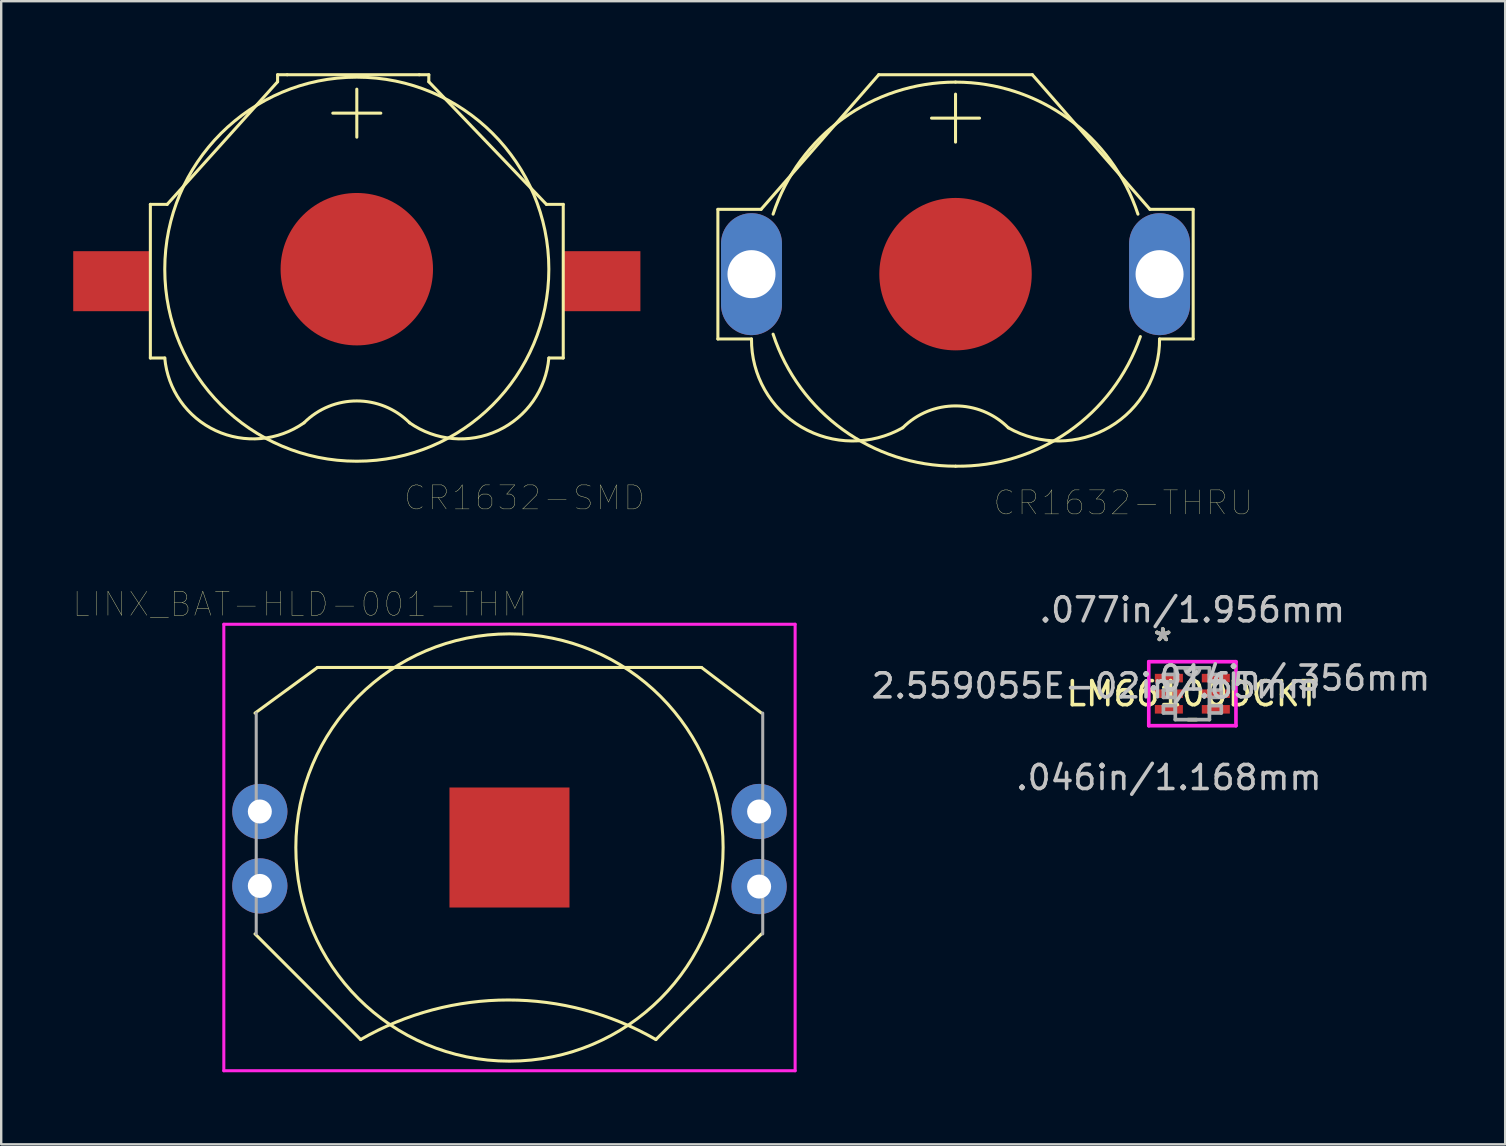
<source format=kicad_pcb>
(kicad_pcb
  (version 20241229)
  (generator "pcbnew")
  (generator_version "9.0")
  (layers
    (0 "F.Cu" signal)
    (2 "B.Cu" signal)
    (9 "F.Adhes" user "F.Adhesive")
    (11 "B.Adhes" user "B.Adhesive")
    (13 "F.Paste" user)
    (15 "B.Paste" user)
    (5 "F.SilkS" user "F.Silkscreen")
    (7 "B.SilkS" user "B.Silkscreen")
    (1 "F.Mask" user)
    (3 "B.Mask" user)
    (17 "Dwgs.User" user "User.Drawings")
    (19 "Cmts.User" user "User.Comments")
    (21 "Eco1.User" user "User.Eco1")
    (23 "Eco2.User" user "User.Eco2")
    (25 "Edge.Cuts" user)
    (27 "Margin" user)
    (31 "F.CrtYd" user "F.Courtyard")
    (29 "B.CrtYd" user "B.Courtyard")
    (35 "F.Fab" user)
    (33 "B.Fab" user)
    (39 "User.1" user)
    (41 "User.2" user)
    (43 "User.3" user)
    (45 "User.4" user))
  (footprint "CR1632-THRU"
    (layer "F.Cu")
    (at 36.756 8.371)
    (property "Reference" "CR1632-THRU" (at 6.985 9.525 0) (layer "F.SilkS") (effects (font (size 1 1) (thickness 0.015))))
    (attr through_hole)
    (fp_circle (center 0 0) (end 3 0) (stroke (width 6) (type solid)) (fill no) (layer "F.Mask"))
    (fp_line (start -9.9 -2.7) (end -9.9 2.7) (stroke (width 0.127) (type solid)) (layer "F.SilkS"))
    (fp_line (start -9.9 2.7) (end -8.5 2.7) (stroke (width 0.127) (type solid)) (layer "F.SilkS"))
    (fp_line (start -8.1 -2.7) (end -9.9 -2.7) (stroke (width 0.127) (type solid)) (layer "F.SilkS"))
    (fp_line (start -3.2 -8.308) (end -8.1 -2.7) (stroke (width 0.127) (type solid)) (layer "F.SilkS"))
    (fp_line (start -3.2 -8.308) (end 3.2 -8.308) (stroke (width 0.127) (type solid)) (layer "F.SilkS"))
    (fp_line (start -1 -6.5) (end 1 -6.5) (stroke (width 0.127) (type solid)) (layer "F.SilkS"))
    (fp_line (start 0 -7.5) (end 0 -5.5) (stroke (width 0.127) (type solid)) (layer "F.SilkS"))
    (fp_line (start 3.2 -8.308) (end 8.1 -2.7) (stroke (width 0.127) (type solid)) (layer "F.SilkS"))
    (fp_line (start 8.1 -2.7) (end 9.9 -2.7) (stroke (width 0.127) (type solid)) (layer "F.SilkS"))
    (fp_line (start 9.9 -2.7) (end 9.9 2.7) (stroke (width 0.127) (type solid)) (layer "F.SilkS"))
    (fp_line (start 9.9 2.7) (end 8.5 2.7) (stroke (width 0.127) (type solid)) (layer "F.SilkS"))
    (fp_arc (start -7.6 -2.5) (mid -4.690764 -6.480874) (end 0 -8) (stroke (width 0.127) (type solid)) (layer "F.SilkS"))
    (fp_arc (start -2.2 6.4) (mid 0 5.48873) (end 2.2 6.4) (stroke (width 0.127) (type solid)) (layer "F.SilkS"))
    (fp_arc (start -2.2 6.400001) (mid -6.418099 6.368654) (end -8.5 2.7) (stroke (width 0.127) (type solid)) (layer "F.SilkS"))
    (fp_arc (start 0 -8) (mid 4.690764 -6.480874) (end 7.6 -2.5) (stroke (width 0.127) (type solid)) (layer "F.SilkS"))
    (fp_arc (start 0 8) (mid -4.690764 6.480874) (end -7.6 2.5) (stroke (width 0.127) (type solid)) (layer "F.SilkS"))
    (fp_arc (start 7.7 2.6) (mid 4.724568 6.54707) (end 0 8) (stroke (width 0.127) (type solid)) (layer "F.SilkS"))
    (fp_arc (start 8.5 2.700001) (mid 6.418098 6.368654) (end 2.2 6.4) (stroke (width 0.127) (type solid)) (layer "F.SilkS"))
    (pad "P$1" thru_hole oval (at -8.5 0) (size 2.54 5.08) (drill 2) (layers "*.Cu" "*.Mask"))
    (pad "P$2" thru_hole oval (at 8.5 0) (size 2.54 5.08) (drill 2) (layers "*.Cu" "*.Mask"))
    (pad "P$3" smd circle (at 0 0) (size 6.35 6.35) (layers "F.Cu" "F.Mask" "F.Paste")))
  (footprint "CR1632-SMD"
    (layer "F.Cu")
    (at 11.814 8.164)
    (property "Reference" "CR1632-SMD" (at 6.985 9.525 0) (layer "F.SilkS") (effects (font (size 1 1) (thickness 0.015))))
    (attr through_hole)
    (fp_circle (center 0 0) (end 1.27 0) (stroke (width 4.064) (type solid)) (fill no) (layer "F.Mask"))
    (fp_line (start -8.6 -2.7) (end -8.6 3.7) (stroke (width 0.127) (type solid)) (layer "F.SilkS"))
    (fp_line (start -8.6 3.7) (end -8 3.7) (stroke (width 0.127) (type solid)) (layer "F.SilkS"))
    (fp_line (start -7.9 -2.7) (end -8.6 -2.7) (stroke (width 0.127) (type solid)) (layer "F.SilkS"))
    (fp_line (start -3.3 -8.1) (end -2.9 -8.1) (stroke (width 0.127) (type solid)) (layer "F.SilkS"))
    (fp_line (start -3.3 -7.808) (end -7.9 -2.7) (stroke (width 0.127) (type solid)) (layer "F.SilkS"))
    (fp_line (start -3.3 -7.808) (end -3.3 -8.1) (stroke (width 0.127) (type solid)) (layer "F.SilkS"))
    (fp_line (start -2.9 -8.1) (end 2.6 -8.1) (stroke (width 0.127) (type solid)) (layer "F.SilkS"))
    (fp_line (start -1 -6.5) (end 1 -6.5) (stroke (width 0.127) (type solid)) (layer "F.SilkS"))
    (fp_line (start 0 -7.5) (end 0 -5.5) (stroke (width 0.127) (type solid)) (layer "F.SilkS"))
    (fp_line (start 2.6 -8.1) (end 3 -8.1) (stroke (width 0.127) (type solid)) (layer "F.SilkS"))
    (fp_line (start 3 -8.1) (end 3 -7.808) (stroke (width 0.127) (type solid)) (layer "F.SilkS"))
    (fp_line (start 3 -7.808) (end 7.9 -2.7) (stroke (width 0.127) (type solid)) (layer "F.SilkS"))
    (fp_line (start 7.9 -2.7) (end 8.6 -2.7) (stroke (width 0.127) (type solid)) (layer "F.SilkS"))
    (fp_line (start 8.6 -2.7) (end 8.6 3.7) (stroke (width 0.127) (type solid)) (layer "F.SilkS"))
    (fp_line (start 8.6 3.7) (end 8 3.7) (stroke (width 0.127) (type solid)) (layer "F.SilkS"))
    (fp_arc (start -2.2 6.4) (mid -5.879423 6.724316) (end -8 3.7) (stroke (width 0.127) (type solid)) (layer "F.SilkS"))
    (fp_arc (start -2.2 6.4) (mid 0 5.48873) (end 2.2 6.4) (stroke (width 0.127) (type solid)) (layer "F.SilkS"))
    (fp_arc (start 8 3.7) (mid 5.879423 6.724316) (end 2.2 6.4) (stroke (width 0.127) (type solid)) (layer "F.SilkS"))
    (fp_circle (center 0 0) (end 8 0) (stroke (width 0.127) (type solid)) (fill no) (layer "F.SilkS"))
    (pad "P$1" smd rect (at -10.214 0.5) (size 3.2 2.5) (layers "F.Cu" "F.Mask" "F.Paste"))
    (pad "P$2" smd rect (at 10.214 0.5) (size 3.2 2.5) (layers "F.Cu" "F.Mask" "F.Paste"))
    (pad "P$3" smd circle (at 0 0) (size 6.35 6.35) (layers "F.Cu" "F.Mask" "F.Paste")))
  (footprint "LM66100DCKT"
    (layer "F.Cu")
    (at 46.622 25.849)
    (property "Reference" "LM66100DCKT" (at 0 0 0) (layer "F.SilkS") (effects (font (size 1 1) (thickness 0.15))))
    (attr through_hole)
    (fp_line (start -0.176 1.079) (end 0.176 1.079) (stroke (width 0.152) (type solid)) (layer "F.SilkS"))
    (fp_line (start 0.176 -1.079) (end -0.176 -1.079) (stroke (width 0.152) (type solid)) (layer "F.SilkS"))
    (fp_line (start -1.816 -1.333) (end 1.816 -1.333) (stroke (width 0.152) (type solid)) (layer "F.CrtYd"))
    (fp_line (start -1.816 1.333) (end -1.816 -1.333) (stroke (width 0.152) (type solid)) (layer "F.CrtYd"))
    (fp_line (start 1.816 -1.333) (end 1.816 1.333) (stroke (width 0.152) (type solid)) (layer "F.CrtYd"))
    (fp_line (start 1.816 1.333) (end -1.816 1.333) (stroke (width 0.152) (type solid)) (layer "F.CrtYd"))
    (fp_line (start -1.206 -0.802) (end -1.206 -0.498) (stroke (width 0.152) (type solid)) (layer "F.Fab"))
    (fp_line (start -1.206 -0.498) (end -0.711 -0.498) (stroke (width 0.152) (type solid)) (layer "F.Fab"))
    (fp_line (start -1.206 -0.152) (end -1.206 0.152) (stroke (width 0.152) (type solid)) (layer "F.Fab"))
    (fp_line (start -1.206 0.152) (end -0.711 0.152) (stroke (width 0.152) (type solid)) (layer "F.Fab"))
    (fp_line (start -1.206 0.498) (end -1.206 0.802) (stroke (width 0.152) (type solid)) (layer "F.Fab"))
    (fp_line (start -1.206 0.802) (end -0.711 0.802) (stroke (width 0.152) (type solid)) (layer "F.Fab"))
    (fp_line (start -0.711 -1.079) (end -0.711 1.079) (stroke (width 0.152) (type solid)) (layer "F.Fab"))
    (fp_line (start -0.711 -0.802) (end -1.206 -0.802) (stroke (width 0.152) (type solid)) (layer "F.Fab"))
    (fp_line (start -0.711 -0.498) (end -0.711 -0.802) (stroke (width 0.152) (type solid)) (layer "F.Fab"))
    (fp_line (start -0.711 -0.152) (end -1.206 -0.152) (stroke (width 0.152) (type solid)) (layer "F.Fab"))
    (fp_line (start -0.711 0.152) (end -0.711 -0.152) (stroke (width 0.152) (type solid)) (layer "F.Fab"))
    (fp_line (start -0.711 0.498) (end -1.206 0.498) (stroke (width 0.152) (type solid)) (layer "F.Fab"))
    (fp_line (start -0.711 0.802) (end -0.711 0.498) (stroke (width 0.152) (type solid)) (layer "F.Fab"))
    (fp_line (start -0.711 1.079) (end 0.711 1.079) (stroke (width 0.152) (type solid)) (layer "F.Fab"))
    (fp_line (start 0.711 -1.079) (end -0.711 -1.079) (stroke (width 0.152) (type solid)) (layer "F.Fab"))
    (fp_line (start 0.711 -0.802) (end 0.711 -0.498) (stroke (width 0.152) (type solid)) (layer "F.Fab"))
    (fp_line (start 0.711 -0.498) (end 1.206 -0.498) (stroke (width 0.152) (type solid)) (layer "F.Fab"))
    (fp_line (start 0.711 -0.152) (end 0.711 0.152) (stroke (width 0.152) (type solid)) (layer "F.Fab"))
    (fp_line (start 0.711 0.152) (end 1.206 0.152) (stroke (width 0.152) (type solid)) (layer "F.Fab"))
    (fp_line (start 0.711 0.498) (end 0.711 0.802) (stroke (width 0.152) (type solid)) (layer "F.Fab"))
    (fp_line (start 0.711 0.802) (end 1.206 0.802) (stroke (width 0.152) (type solid)) (layer "F.Fab"))
    (fp_line (start 0.711 1.079) (end 0.711 -1.079) (stroke (width 0.152) (type solid)) (layer "F.Fab"))
    (fp_line (start 1.206 -0.802) (end 0.711 -0.802) (stroke (width 0.152) (type solid)) (layer "F.Fab"))
    (fp_line (start 1.206 -0.498) (end 1.206 -0.802) (stroke (width 0.152) (type solid)) (layer "F.Fab"))
    (fp_line (start 1.206 -0.152) (end 0.711 -0.152) (stroke (width 0.152) (type solid)) (layer "F.Fab"))
    (fp_line (start 1.206 0.152) (end 1.206 -0.152) (stroke (width 0.152) (type solid)) (layer "F.Fab"))
    (fp_line (start 1.206 0.498) (end 0.711 0.498) (stroke (width 0.152) (type solid)) (layer "F.Fab"))
    (fp_line (start 1.206 0.802) (end 1.206 0.498) (stroke (width 0.152) (type solid)) (layer "F.Fab"))
    (fp_arc (start 0.3048 -1.0795) (mid 0 -0.7747) (end -0.3048 -1.0795) (stroke (width 0.1524) (type solid)) (layer "F.Fab"))
    (fp_text user "*" (at -1.232 -2.149 0) (layer "F.SilkS") (effects (font (size 1 1) (thickness 0.15))))
    (fp_text user "*" (at -1.232 -2.149 0) (layer "F.SilkS") (effects (font (size 1 1) (thickness 0.15))))
    (fp_text user ".014in/.356mm" (at 4.026 -0.65 0) (layer "Dwgs.User") (effects (font (size 1 1) (thickness 0.15))))
    (fp_text user "2.559055E-02in/.65mm" (at -4.026 -0.325 0) (layer "Dwgs.User") (effects (font (size 1 1) (thickness 0.15))))
    (fp_text user ".077in/1.956mm" (at 0 -3.493 0) (layer "Dwgs.User") (effects (font (size 1 1) (thickness 0.15))))
    (fp_text user ".046in/1.168mm" (at -0.978 3.493 0) (layer "Dwgs.User") (effects (font (size 1 1) (thickness 0.15))))
    (fp_text user "Copyright 2016 Accelerated Designs. All rights reserved." (at 0 0 0) (layer "Cmts.User") (effects (font (size 0.127 0.127) (thickness 0.002))))
    (fp_text user "*" (at -1.232 -2.149 0) (layer "F.Fab") (effects (font (size 1 1) (thickness 0.15))))
    (fp_text user "*" (at -1.232 -2.149 0) (layer "F.Fab") (effects (font (size 1 1) (thickness 0.15))))
    (pad "1" smd rect (at -0.978 -0.65) (size 1.168 0.356) (layers "F.Cu" "F.Mask" "F.Paste"))
    (pad "2" smd rect (at -0.978 0) (size 1.168 0.356) (layers "F.Cu" "F.Mask" "F.Paste"))
    (pad "3" smd rect (at -0.978 0.65) (size 1.168 0.356) (layers "F.Cu" "F.Mask" "F.Paste"))
    (pad "4" smd rect (at 0.978 0.65) (size 1.168 0.356) (layers "F.Cu" "F.Mask" "F.Paste"))
    (pad "5" smd rect (at 0.978 0) (size 1.168 0.356) (layers "F.Cu" "F.Mask" "F.Paste"))
    (pad "6" smd rect (at 0.978 -0.65) (size 1.168 0.356) (layers "F.Cu" "F.Mask" "F.Paste")))
  (footprint "LINX_BAT-HLD-001-THM"
    (layer "F.Cu")
    (at 18.174 32.256)
    (property "Reference" "LINX_BAT-HLD-001-THM" (at -8.727 -10.137 0) (layer "F.SilkS") (effects (font (size 1 1) (thickness 0.015))))
    (attr through_hole)
    (fp_line (start -10.6 -5.6) (end -8 -7.5) (stroke (width 0.127) (type solid)) (layer "F.SilkS"))
    (fp_line (start -10.6 3.6) (end -6.2 8) (stroke (width 0.127) (type solid)) (layer "F.SilkS"))
    (fp_line (start -8 -7.5) (end 8 -7.5) (stroke (width 0.127) (type solid)) (layer "F.SilkS"))
    (fp_line (start 8 -7.5) (end 10.5 -5.6) (stroke (width 0.127) (type solid)) (layer "F.SilkS"))
    (fp_line (start 10.5 3.6) (end 6.1 8) (stroke (width 0.127) (type solid)) (layer "F.SilkS"))
    (fp_arc (start -6.2 8) (mid -0.05 6.352112) (end 6.1 8) (stroke (width 0.127) (type solid)) (layer "F.SilkS"))
    (fp_circle (center 0 0) (end 8.9 0) (stroke (width 0.127) (type solid)) (fill no) (layer "F.SilkS"))
    (fp_line (start -11.9 -9.3) (end 11.9 -9.3) (stroke (width 0.127) (type solid)) (layer "F.CrtYd"))
    (fp_line (start -11.9 9.3) (end -11.9 -9.3) (stroke (width 0.127) (type solid)) (layer "F.CrtYd"))
    (fp_line (start 11.9 -9.3) (end 11.9 9.3) (stroke (width 0.127) (type solid)) (layer "F.CrtYd"))
    (fp_line (start 11.9 9.3) (end -11.9 9.3) (stroke (width 0.127) (type solid)) (layer "F.CrtYd"))
    (fp_line (start -10.55 -5.6) (end -10.55 3.6) (stroke (width 0.127) (type solid)) (layer "F.Fab"))
    (fp_line (start 10.55 -5.6) (end 10.55 3.6) (stroke (width 0.127) (type solid)) (layer "F.Fab"))
    (pad "+@1" thru_hole circle (at -10.4 -1.5) (size 2.3 2.3) (drill 1) (layers "*.Cu" "*.Mask"))
    (pad "+@2" thru_hole circle (at -10.4 1.6) (size 2.3 2.3) (drill 1) (layers "*.Cu" "*.Mask"))
    (pad "+@3" thru_hole circle (at 10.4 -1.5) (size 2.3 2.3) (drill 1) (layers "*.Cu" "*.Mask"))
    (pad "+@4" thru_hole circle (at 10.4 1.627) (size 2.3 2.3) (drill 1) (layers "*.Cu" "*.Mask"))
    (pad "-" smd rect (at 0 0) (size 5 5) (layers "F.Cu" "F.Mask" "F.Paste")))
  (gr_rect
    (start -3 -3)
    (end 59.654 44.62)
    (stroke (width 0.1) (type default))
    (fill no)
    (layer "Edge.Cuts")))
</source>
